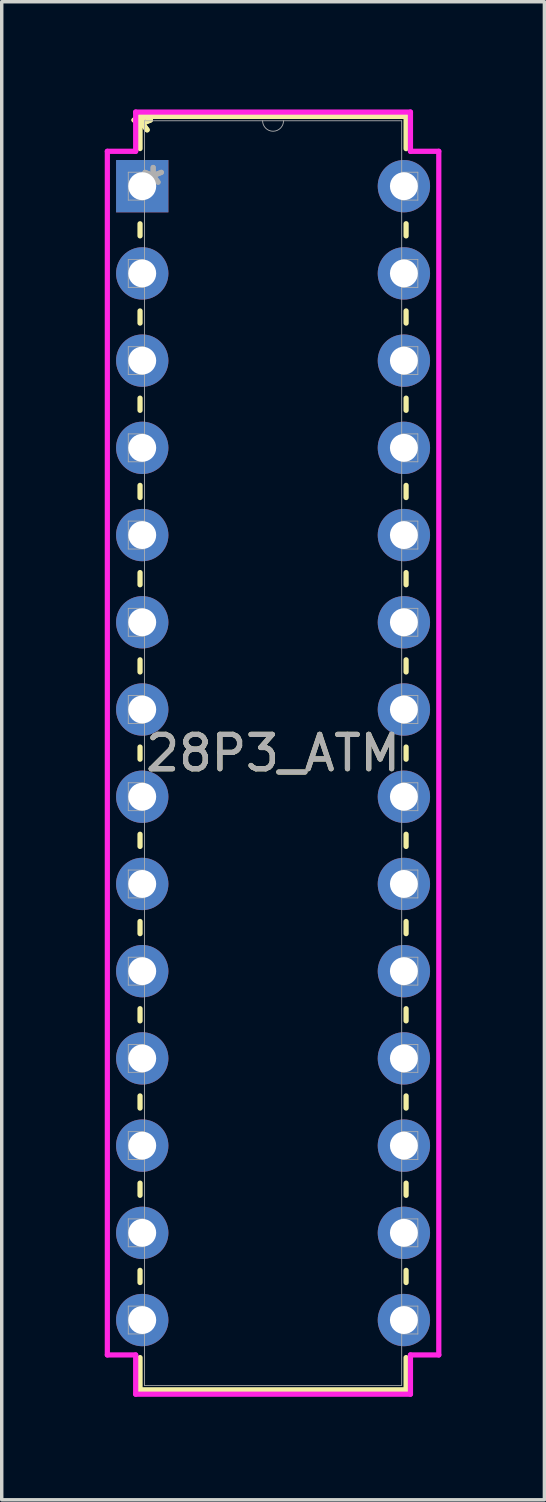
<source format=kicad_pcb>
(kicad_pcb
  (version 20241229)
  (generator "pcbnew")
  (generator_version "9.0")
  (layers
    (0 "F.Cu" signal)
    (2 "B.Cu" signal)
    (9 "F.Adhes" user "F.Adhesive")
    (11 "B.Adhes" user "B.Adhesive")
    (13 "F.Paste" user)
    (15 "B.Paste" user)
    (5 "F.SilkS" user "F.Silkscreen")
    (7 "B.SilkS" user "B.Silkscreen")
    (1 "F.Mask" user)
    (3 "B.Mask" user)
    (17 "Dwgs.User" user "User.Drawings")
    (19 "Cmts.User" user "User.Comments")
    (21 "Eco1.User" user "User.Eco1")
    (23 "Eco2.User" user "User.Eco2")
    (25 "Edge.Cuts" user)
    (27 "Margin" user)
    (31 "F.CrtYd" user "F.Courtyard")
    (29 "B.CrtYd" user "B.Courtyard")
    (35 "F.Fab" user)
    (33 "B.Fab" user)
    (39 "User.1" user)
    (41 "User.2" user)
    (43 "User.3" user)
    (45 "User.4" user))
  (footprint "28P3_ATM"
    (layer "F.Cu")
    (at 1.092 2.372)
    (property "Reference" "28P3_ATM" (at 3.81 16.51 0) (unlocked yes) (layer "F.SilkS") (effects (font (size 1 1) (thickness 0.15))))
    (attr through_hole)
    (fp_line (start -0.064 -2.032) (end -0.064 -1.095) (stroke (width 0.152) (type solid)) (layer "F.SilkS"))
    (fp_line (start -0.064 1.095) (end -0.064 1.447) (stroke (width 0.152) (type solid)) (layer "F.SilkS"))
    (fp_line (start -0.064 3.633) (end -0.064 3.987) (stroke (width 0.152) (type solid)) (layer "F.SilkS"))
    (fp_line (start -0.064 6.173) (end -0.064 6.527) (stroke (width 0.152) (type solid)) (layer "F.SilkS"))
    (fp_line (start -0.064 8.713) (end -0.064 9.067) (stroke (width 0.152) (type solid)) (layer "F.SilkS"))
    (fp_line (start -0.064 11.253) (end -0.064 11.607) (stroke (width 0.152) (type solid)) (layer "F.SilkS"))
    (fp_line (start -0.064 13.793) (end -0.064 14.147) (stroke (width 0.152) (type solid)) (layer "F.SilkS"))
    (fp_line (start -0.064 16.333) (end -0.064 16.687) (stroke (width 0.152) (type solid)) (layer "F.SilkS"))
    (fp_line (start -0.064 18.873) (end -0.064 19.227) (stroke (width 0.152) (type solid)) (layer "F.SilkS"))
    (fp_line (start -0.064 21.413) (end -0.064 21.767) (stroke (width 0.152) (type solid)) (layer "F.SilkS"))
    (fp_line (start -0.064 23.953) (end -0.064 24.307) (stroke (width 0.152) (type solid)) (layer "F.SilkS"))
    (fp_line (start -0.064 26.493) (end -0.064 26.847) (stroke (width 0.152) (type solid)) (layer "F.SilkS"))
    (fp_line (start -0.064 29.033) (end -0.064 29.387) (stroke (width 0.152) (type solid)) (layer "F.SilkS"))
    (fp_line (start -0.064 31.573) (end -0.064 31.927) (stroke (width 0.152) (type solid)) (layer "F.SilkS"))
    (fp_line (start -0.064 34.113) (end -0.064 35.052) (stroke (width 0.152) (type solid)) (layer "F.SilkS"))
    (fp_line (start -0.064 35.052) (end 7.684 35.052) (stroke (width 0.152) (type solid)) (layer "F.SilkS"))
    (fp_line (start 7.684 -2.032) (end -0.064 -2.032) (stroke (width 0.152) (type solid)) (layer "F.SilkS"))
    (fp_line (start 7.684 -1.093) (end 7.684 -2.032) (stroke (width 0.152) (type solid)) (layer "F.SilkS"))
    (fp_line (start 7.684 1.447) (end 7.684 1.093) (stroke (width 0.152) (type solid)) (layer "F.SilkS"))
    (fp_line (start 7.684 3.987) (end 7.684 3.633) (stroke (width 0.152) (type solid)) (layer "F.SilkS"))
    (fp_line (start 7.684 6.527) (end 7.684 6.173) (stroke (width 0.152) (type solid)) (layer "F.SilkS"))
    (fp_line (start 7.684 9.067) (end 7.684 8.713) (stroke (width 0.152) (type solid)) (layer "F.SilkS"))
    (fp_line (start 7.684 11.607) (end 7.684 11.253) (stroke (width 0.152) (type solid)) (layer "F.SilkS"))
    (fp_line (start 7.684 14.147) (end 7.684 13.793) (stroke (width 0.152) (type solid)) (layer "F.SilkS"))
    (fp_line (start 7.684 16.687) (end 7.684 16.333) (stroke (width 0.152) (type solid)) (layer "F.SilkS"))
    (fp_line (start 7.684 19.227) (end 7.684 18.873) (stroke (width 0.152) (type solid)) (layer "F.SilkS"))
    (fp_line (start 7.684 21.767) (end 7.684 21.413) (stroke (width 0.152) (type solid)) (layer "F.SilkS"))
    (fp_line (start 7.684 24.307) (end 7.684 23.953) (stroke (width 0.152) (type solid)) (layer "F.SilkS"))
    (fp_line (start 7.684 26.847) (end 7.684 26.493) (stroke (width 0.152) (type solid)) (layer "F.SilkS"))
    (fp_line (start 7.684 29.387) (end 7.684 29.033) (stroke (width 0.152) (type solid)) (layer "F.SilkS"))
    (fp_line (start 7.684 31.927) (end 7.684 31.573) (stroke (width 0.152) (type solid)) (layer "F.SilkS"))
    (fp_line (start 7.684 35.052) (end 7.684 34.113) (stroke (width 0.152) (type solid)) (layer "F.SilkS"))
    (fp_line (start -1.016 -1.016) (end -0.191 -1.016) (stroke (width 0.152) (type solid)) (layer "F.CrtYd"))
    (fp_line (start -1.016 34.036) (end -1.016 -1.016) (stroke (width 0.152) (type solid)) (layer "F.CrtYd"))
    (fp_line (start -0.191 -2.159) (end 7.811 -2.159) (stroke (width 0.152) (type solid)) (layer "F.CrtYd"))
    (fp_line (start -0.191 -1.016) (end -0.191 -2.159) (stroke (width 0.152) (type solid)) (layer "F.CrtYd"))
    (fp_line (start -0.191 34.036) (end -1.016 34.036) (stroke (width 0.152) (type solid)) (layer "F.CrtYd"))
    (fp_line (start -0.191 35.179) (end -0.191 34.036) (stroke (width 0.152) (type solid)) (layer "F.CrtYd"))
    (fp_line (start 7.811 -2.159) (end 7.811 -1.016) (stroke (width 0.152) (type solid)) (layer "F.CrtYd"))
    (fp_line (start 7.811 34.036) (end 7.811 35.179) (stroke (width 0.152) (type solid)) (layer "F.CrtYd"))
    (fp_line (start 7.811 35.179) (end -0.191 35.179) (stroke (width 0.152) (type solid)) (layer "F.CrtYd"))
    (fp_line (start 8.636 -1.016) (end 7.811 -1.016) (stroke (width 0.152) (type solid)) (layer "F.CrtYd"))
    (fp_line (start 8.636 -1.016) (end 8.636 34.036) (stroke (width 0.152) (type solid)) (layer "F.CrtYd"))
    (fp_line (start 8.636 34.036) (end 7.811 34.036) (stroke (width 0.152) (type solid)) (layer "F.CrtYd"))
    (fp_line (start -0.406 -0.406) (end -0.406 0.406) (stroke (width 0.025) (type solid)) (layer "F.Fab"))
    (fp_line (start -0.406 0.406) (end 0.064 0.406) (stroke (width 0.025) (type solid)) (layer "F.Fab"))
    (fp_line (start -0.406 2.134) (end -0.406 2.946) (stroke (width 0.025) (type solid)) (layer "F.Fab"))
    (fp_line (start -0.406 2.946) (end 0.064 2.946) (stroke (width 0.025) (type solid)) (layer "F.Fab"))
    (fp_line (start -0.406 4.674) (end -0.406 5.486) (stroke (width 0.025) (type solid)) (layer "F.Fab"))
    (fp_line (start -0.406 5.486) (end 0.064 5.486) (stroke (width 0.025) (type solid)) (layer "F.Fab"))
    (fp_line (start -0.406 7.214) (end -0.406 8.026) (stroke (width 0.025) (type solid)) (layer "F.Fab"))
    (fp_line (start -0.406 8.026) (end 0.064 8.026) (stroke (width 0.025) (type solid)) (layer "F.Fab"))
    (fp_line (start -0.406 9.754) (end -0.406 10.566) (stroke (width 0.025) (type solid)) (layer "F.Fab"))
    (fp_line (start -0.406 10.566) (end 0.064 10.566) (stroke (width 0.025) (type solid)) (layer "F.Fab"))
    (fp_line (start -0.406 12.294) (end -0.406 13.106) (stroke (width 0.025) (type solid)) (layer "F.Fab"))
    (fp_line (start -0.406 13.106) (end 0.064 13.106) (stroke (width 0.025) (type solid)) (layer "F.Fab"))
    (fp_line (start -0.406 14.834) (end -0.406 15.646) (stroke (width 0.025) (type solid)) (layer "F.Fab"))
    (fp_line (start -0.406 15.646) (end 0.064 15.646) (stroke (width 0.025) (type solid)) (layer "F.Fab"))
    (fp_line (start -0.406 17.374) (end -0.406 18.186) (stroke (width 0.025) (type solid)) (layer "F.Fab"))
    (fp_line (start -0.406 18.186) (end 0.064 18.186) (stroke (width 0.025) (type solid)) (layer "F.Fab"))
    (fp_line (start -0.406 19.914) (end -0.406 20.726) (stroke (width 0.025) (type solid)) (layer "F.Fab"))
    (fp_line (start -0.406 20.726) (end 0.064 20.726) (stroke (width 0.025) (type solid)) (layer "F.Fab"))
    (fp_line (start -0.406 22.454) (end -0.406 23.266) (stroke (width 0.025) (type solid)) (layer "F.Fab"))
    (fp_line (start -0.406 23.266) (end 0.064 23.266) (stroke (width 0.025) (type solid)) (layer "F.Fab"))
    (fp_line (start -0.406 24.994) (end -0.406 25.806) (stroke (width 0.025) (type solid)) (layer "F.Fab"))
    (fp_line (start -0.406 25.806) (end 0.064 25.806) (stroke (width 0.025) (type solid)) (layer "F.Fab"))
    (fp_line (start -0.406 27.534) (end -0.406 28.346) (stroke (width 0.025) (type solid)) (layer "F.Fab"))
    (fp_line (start -0.406 28.346) (end 0.064 28.346) (stroke (width 0.025) (type solid)) (layer "F.Fab"))
    (fp_line (start -0.406 30.074) (end -0.406 30.886) (stroke (width 0.025) (type solid)) (layer "F.Fab"))
    (fp_line (start -0.406 30.886) (end 0.064 30.886) (stroke (width 0.025) (type solid)) (layer "F.Fab"))
    (fp_line (start -0.406 32.614) (end -0.406 33.426) (stroke (width 0.025) (type solid)) (layer "F.Fab"))
    (fp_line (start -0.406 33.426) (end 0.064 33.426) (stroke (width 0.025) (type solid)) (layer "F.Fab"))
    (fp_line (start 0.064 -1.905) (end 0.064 34.925) (stroke (width 0.025) (type solid)) (layer "F.Fab"))
    (fp_line (start 0.064 -0.406) (end -0.406 -0.406) (stroke (width 0.025) (type solid)) (layer "F.Fab"))
    (fp_line (start 0.064 0.406) (end 0.064 -0.406) (stroke (width 0.025) (type solid)) (layer "F.Fab"))
    (fp_line (start 0.064 2.134) (end -0.406 2.134) (stroke (width 0.025) (type solid)) (layer "F.Fab"))
    (fp_line (start 0.064 2.946) (end 0.064 2.134) (stroke (width 0.025) (type solid)) (layer "F.Fab"))
    (fp_line (start 0.064 4.674) (end -0.406 4.674) (stroke (width 0.025) (type solid)) (layer "F.Fab"))
    (fp_line (start 0.064 5.486) (end 0.064 4.674) (stroke (width 0.025) (type solid)) (layer "F.Fab"))
    (fp_line (start 0.064 7.214) (end -0.406 7.214) (stroke (width 0.025) (type solid)) (layer "F.Fab"))
    (fp_line (start 0.064 8.026) (end 0.064 7.214) (stroke (width 0.025) (type solid)) (layer "F.Fab"))
    (fp_line (start 0.064 9.754) (end -0.406 9.754) (stroke (width 0.025) (type solid)) (layer "F.Fab"))
    (fp_line (start 0.064 10.566) (end 0.064 9.754) (stroke (width 0.025) (type solid)) (layer "F.Fab"))
    (fp_line (start 0.064 12.294) (end -0.406 12.294) (stroke (width 0.025) (type solid)) (layer "F.Fab"))
    (fp_line (start 0.064 13.106) (end 0.064 12.294) (stroke (width 0.025) (type solid)) (layer "F.Fab"))
    (fp_line (start 0.064 14.834) (end -0.406 14.834) (stroke (width 0.025) (type solid)) (layer "F.Fab"))
    (fp_line (start 0.064 15.646) (end 0.064 14.834) (stroke (width 0.025) (type solid)) (layer "F.Fab"))
    (fp_line (start 0.064 17.374) (end -0.406 17.374) (stroke (width 0.025) (type solid)) (layer "F.Fab"))
    (fp_line (start 0.064 18.186) (end 0.064 17.374) (stroke (width 0.025) (type solid)) (layer "F.Fab"))
    (fp_line (start 0.064 19.914) (end -0.406 19.914) (stroke (width 0.025) (type solid)) (layer "F.Fab"))
    (fp_line (start 0.064 20.726) (end 0.064 19.914) (stroke (width 0.025) (type solid)) (layer "F.Fab"))
    (fp_line (start 0.064 22.454) (end -0.406 22.454) (stroke (width 0.025) (type solid)) (layer "F.Fab"))
    (fp_line (start 0.064 23.266) (end 0.064 22.454) (stroke (width 0.025) (type solid)) (layer "F.Fab"))
    (fp_line (start 0.064 24.994) (end -0.406 24.994) (stroke (width 0.025) (type solid)) (layer "F.Fab"))
    (fp_line (start 0.064 25.806) (end 0.064 24.994) (stroke (width 0.025) (type solid)) (layer "F.Fab"))
    (fp_line (start 0.064 27.534) (end -0.406 27.534) (stroke (width 0.025) (type solid)) (layer "F.Fab"))
    (fp_line (start 0.064 28.346) (end 0.064 27.534) (stroke (width 0.025) (type solid)) (layer "F.Fab"))
    (fp_line (start 0.064 30.074) (end -0.406 30.074) (stroke (width 0.025) (type solid)) (layer "F.Fab"))
    (fp_line (start 0.064 30.886) (end 0.064 30.074) (stroke (width 0.025) (type solid)) (layer "F.Fab"))
    (fp_line (start 0.064 32.614) (end -0.406 32.614) (stroke (width 0.025) (type solid)) (layer "F.Fab"))
    (fp_line (start 0.064 33.426) (end 0.064 32.614) (stroke (width 0.025) (type solid)) (layer "F.Fab"))
    (fp_line (start 0.064 34.925) (end 7.556 34.925) (stroke (width 0.025) (type solid)) (layer "F.Fab"))
    (fp_line (start 7.556 -1.905) (end 0.064 -1.905) (stroke (width 0.025) (type solid)) (layer "F.Fab"))
    (fp_line (start 7.556 -0.406) (end 7.556 0.406) (stroke (width 0.025) (type solid)) (layer "F.Fab"))
    (fp_line (start 7.556 0.406) (end 8.026 0.406) (stroke (width 0.025) (type solid)) (layer "F.Fab"))
    (fp_line (start 7.556 2.134) (end 7.556 2.946) (stroke (width 0.025) (type solid)) (layer "F.Fab"))
    (fp_line (start 7.556 2.946) (end 8.026 2.946) (stroke (width 0.025) (type solid)) (layer "F.Fab"))
    (fp_line (start 7.556 4.674) (end 7.556 5.486) (stroke (width 0.025) (type solid)) (layer "F.Fab"))
    (fp_line (start 7.556 5.486) (end 8.026 5.486) (stroke (width 0.025) (type solid)) (layer "F.Fab"))
    (fp_line (start 7.556 7.214) (end 7.556 8.026) (stroke (width 0.025) (type solid)) (layer "F.Fab"))
    (fp_line (start 7.556 8.026) (end 8.026 8.026) (stroke (width 0.025) (type solid)) (layer "F.Fab"))
    (fp_line (start 7.556 9.754) (end 7.556 10.566) (stroke (width 0.025) (type solid)) (layer "F.Fab"))
    (fp_line (start 7.556 10.566) (end 8.026 10.566) (stroke (width 0.025) (type solid)) (layer "F.Fab"))
    (fp_line (start 7.556 12.294) (end 7.556 13.106) (stroke (width 0.025) (type solid)) (layer "F.Fab"))
    (fp_line (start 7.556 13.106) (end 8.026 13.106) (stroke (width 0.025) (type solid)) (layer "F.Fab"))
    (fp_line (start 7.556 14.834) (end 7.556 15.646) (stroke (width 0.025) (type solid)) (layer "F.Fab"))
    (fp_line (start 7.556 15.646) (end 8.026 15.646) (stroke (width 0.025) (type solid)) (layer "F.Fab"))
    (fp_line (start 7.556 17.374) (end 7.556 18.186) (stroke (width 0.025) (type solid)) (layer "F.Fab"))
    (fp_line (start 7.556 18.186) (end 8.026 18.186) (stroke (width 0.025) (type solid)) (layer "F.Fab"))
    (fp_line (start 7.556 19.914) (end 7.556 20.726) (stroke (width 0.025) (type solid)) (layer "F.Fab"))
    (fp_line (start 7.556 20.726) (end 8.026 20.726) (stroke (width 0.025) (type solid)) (layer "F.Fab"))
    (fp_line (start 7.556 22.454) (end 7.556 23.266) (stroke (width 0.025) (type solid)) (layer "F.Fab"))
    (fp_line (start 7.556 23.266) (end 8.026 23.266) (stroke (width 0.025) (type solid)) (layer "F.Fab"))
    (fp_line (start 7.556 24.994) (end 7.556 25.806) (stroke (width 0.025) (type solid)) (layer "F.Fab"))
    (fp_line (start 7.556 25.806) (end 8.026 25.806) (stroke (width 0.025) (type solid)) (layer "F.Fab"))
    (fp_line (start 7.556 27.534) (end 7.556 28.346) (stroke (width 0.025) (type solid)) (layer "F.Fab"))
    (fp_line (start 7.556 28.346) (end 8.026 28.346) (stroke (width 0.025) (type solid)) (layer "F.Fab"))
    (fp_line (start 7.556 30.074) (end 7.556 30.886) (stroke (width 0.025) (type solid)) (layer "F.Fab"))
    (fp_line (start 7.556 30.886) (end 8.026 30.886) (stroke (width 0.025) (type solid)) (layer "F.Fab"))
    (fp_line (start 7.556 32.614) (end 7.556 33.426) (stroke (width 0.025) (type solid)) (layer "F.Fab"))
    (fp_line (start 7.556 33.426) (end 8.026 33.426) (stroke (width 0.025) (type solid)) (layer "F.Fab"))
    (fp_line (start 7.556 34.925) (end 7.556 -1.905) (stroke (width 0.025) (type solid)) (layer "F.Fab"))
    (fp_line (start 8.026 -0.406) (end 7.556 -0.406) (stroke (width 0.025) (type solid)) (layer "F.Fab"))
    (fp_line (start 8.026 0.406) (end 8.026 -0.406) (stroke (width 0.025) (type solid)) (layer "F.Fab"))
    (fp_line (start 8.026 2.134) (end 7.556 2.134) (stroke (width 0.025) (type solid)) (layer "F.Fab"))
    (fp_line (start 8.026 2.946) (end 8.026 2.134) (stroke (width 0.025) (type solid)) (layer "F.Fab"))
    (fp_line (start 8.026 4.674) (end 7.556 4.674) (stroke (width 0.025) (type solid)) (layer "F.Fab"))
    (fp_line (start 8.026 5.486) (end 8.026 4.674) (stroke (width 0.025) (type solid)) (layer "F.Fab"))
    (fp_line (start 8.026 7.214) (end 7.556 7.214) (stroke (width 0.025) (type solid)) (layer "F.Fab"))
    (fp_line (start 8.026 8.026) (end 8.026 7.214) (stroke (width 0.025) (type solid)) (layer "F.Fab"))
    (fp_line (start 8.026 9.754) (end 7.556 9.754) (stroke (width 0.025) (type solid)) (layer "F.Fab"))
    (fp_line (start 8.026 10.566) (end 8.026 9.754) (stroke (width 0.025) (type solid)) (layer "F.Fab"))
    (fp_line (start 8.026 12.294) (end 7.556 12.294) (stroke (width 0.025) (type solid)) (layer "F.Fab"))
    (fp_line (start 8.026 13.106) (end 8.026 12.294) (stroke (width 0.025) (type solid)) (layer "F.Fab"))
    (fp_line (start 8.026 14.834) (end 7.556 14.834) (stroke (width 0.025) (type solid)) (layer "F.Fab"))
    (fp_line (start 8.026 15.646) (end 8.026 14.834) (stroke (width 0.025) (type solid)) (layer "F.Fab"))
    (fp_line (start 8.026 17.374) (end 7.556 17.374) (stroke (width 0.025) (type solid)) (layer "F.Fab"))
    (fp_line (start 8.026 18.186) (end 8.026 17.374) (stroke (width 0.025) (type solid)) (layer "F.Fab"))
    (fp_line (start 8.026 19.914) (end 7.556 19.914) (stroke (width 0.025) (type solid)) (layer "F.Fab"))
    (fp_line (start 8.026 20.726) (end 8.026 19.914) (stroke (width 0.025) (type solid)) (layer "F.Fab"))
    (fp_line (start 8.026 22.454) (end 7.556 22.454) (stroke (width 0.025) (type solid)) (layer "F.Fab"))
    (fp_line (start 8.026 23.266) (end 8.026 22.454) (stroke (width 0.025) (type solid)) (layer "F.Fab"))
    (fp_line (start 8.026 24.994) (end 7.556 24.994) (stroke (width 0.025) (type solid)) (layer "F.Fab"))
    (fp_line (start 8.026 25.806) (end 8.026 24.994) (stroke (width 0.025) (type solid)) (layer "F.Fab"))
    (fp_line (start 8.026 27.534) (end 7.556 27.534) (stroke (width 0.025) (type solid)) (layer "F.Fab"))
    (fp_line (start 8.026 28.346) (end 8.026 27.534) (stroke (width 0.025) (type solid)) (layer "F.Fab"))
    (fp_line (start 8.026 30.074) (end 7.556 30.074) (stroke (width 0.025) (type solid)) (layer "F.Fab"))
    (fp_line (start 8.026 30.886) (end 8.026 30.074) (stroke (width 0.025) (type solid)) (layer "F.Fab"))
    (fp_line (start 8.026 32.614) (end 7.556 32.614) (stroke (width 0.025) (type solid)) (layer "F.Fab"))
    (fp_line (start 8.026 33.426) (end 8.026 32.614) (stroke (width 0.025) (type solid)) (layer "F.Fab"))
    (fp_arc (start 4.1148 -1.905) (mid 3.81 -1.6002) (end 3.5052 -1.905) (stroke (width 0.0254) (type solid)) (layer "F.Fab"))
    (fp_text user "*" (at 0 -1.524 0) (unlocked yes) (layer "F.SilkS") (effects (font (size 1 1) (thickness 0.15))))
    (fp_text user "*" (at 0 -1.524 0) (layer "F.SilkS") (effects (font (size 1 1) (thickness 0.15))))
    (fp_text user "*" (at 0.318 0 0) (layer "F.Fab") (effects (font (size 1 1) (thickness 0.15))))
    (fp_text user "${REFERENCE}" (at 3.81 16.51 0) (unlocked yes) (layer "F.Fab") (effects (font (size 1 1) (thickness 0.15))))
    (fp_text user "*" (at 0.318 0 0) (unlocked yes) (layer "F.Fab") (effects (font (size 1 1) (thickness 0.15))))
    (pad "1" thru_hole rect (at 0 0) (size 1.524 1.524) (drill 0.813) (layers "*.Cu" "*.Mask"))
    (pad "2" thru_hole circle (at 0 2.54) (size 1.524 1.524) (drill 0.813) (layers "*.Cu" "*.Mask"))
    (pad "3" thru_hole circle (at 0 5.08) (size 1.524 1.524) (drill 0.813) (layers "*.Cu" "*.Mask"))
    (pad "4" thru_hole circle (at 0 7.62) (size 1.524 1.524) (drill 0.813) (layers "*.Cu" "*.Mask"))
    (pad "5" thru_hole circle (at 0 10.16) (size 1.524 1.524) (drill 0.813) (layers "*.Cu" "*.Mask"))
    (pad "6" thru_hole circle (at 0 12.7) (size 1.524 1.524) (drill 0.813) (layers "*.Cu" "*.Mask"))
    (pad "7" thru_hole circle (at 0 15.24) (size 1.524 1.524) (drill 0.813) (layers "*.Cu" "*.Mask"))
    (pad "8" thru_hole circle (at 0 17.78) (size 1.524 1.524) (drill 0.813) (layers "*.Cu" "*.Mask"))
    (pad "9" thru_hole circle (at 0 20.32) (size 1.524 1.524) (drill 0.813) (layers "*.Cu" "*.Mask"))
    (pad "10" thru_hole circle (at 0 22.86) (size 1.524 1.524) (drill 0.813) (layers "*.Cu" "*.Mask"))
    (pad "11" thru_hole circle (at 0 25.4) (size 1.524 1.524) (drill 0.813) (layers "*.Cu" "*.Mask"))
    (pad "12" thru_hole circle (at 0 27.94) (size 1.524 1.524) (drill 0.813) (layers "*.Cu" "*.Mask"))
    (pad "13" thru_hole circle (at 0 30.48) (size 1.524 1.524) (drill 0.813) (layers "*.Cu" "*.Mask"))
    (pad "14" thru_hole circle (at 0 33.02) (size 1.524 1.524) (drill 0.813) (layers "*.Cu" "*.Mask"))
    (pad "15" thru_hole circle (at 7.62 33.02) (size 1.524 1.524) (drill 0.813) (layers "*.Cu" "*.Mask"))
    (pad "16" thru_hole circle (at 7.62 30.48) (size 1.524 1.524) (drill 0.813) (layers "*.Cu" "*.Mask"))
    (pad "17" thru_hole circle (at 7.62 27.94) (size 1.524 1.524) (drill 0.813) (layers "*.Cu" "*.Mask"))
    (pad "18" thru_hole circle (at 7.62 25.4) (size 1.524 1.524) (drill 0.813) (layers "*.Cu" "*.Mask"))
    (pad "19" thru_hole circle (at 7.62 22.86) (size 1.524 1.524) (drill 0.813) (layers "*.Cu" "*.Mask"))
    (pad "20" thru_hole circle (at 7.62 20.32) (size 1.524 1.524) (drill 0.813) (layers "*.Cu" "*.Mask"))
    (pad "21" thru_hole circle (at 7.62 17.78) (size 1.524 1.524) (drill 0.813) (layers "*.Cu" "*.Mask"))
    (pad "22" thru_hole circle (at 7.62 15.24) (size 1.524 1.524) (drill 0.813) (layers "*.Cu" "*.Mask"))
    (pad "23" thru_hole circle (at 7.62 12.7) (size 1.524 1.524) (drill 0.813) (layers "*.Cu" "*.Mask"))
    (pad "24" thru_hole circle (at 7.62 10.16) (size 1.524 1.524) (drill 0.813) (layers "*.Cu" "*.Mask"))
    (pad "25" thru_hole circle (at 7.62 7.62) (size 1.524 1.524) (drill 0.813) (layers "*.Cu" "*.Mask"))
    (pad "26" thru_hole circle (at 7.62 5.08) (size 1.524 1.524) (drill 0.813) (layers "*.Cu" "*.Mask"))
    (pad "27" thru_hole circle (at 7.62 2.54) (size 1.524 1.524) (drill 0.813) (layers "*.Cu" "*.Mask"))
    (pad "28" thru_hole circle (at 7.62 0) (size 1.524 1.524) (drill 0.813) (layers "*.Cu" "*.Mask")))
  (gr_rect
    (start -3 -3)
    (end 12.804 40.627)
    (stroke (width 0.1) (type default))
    (fill no)
    (layer "Edge.Cuts")))
</source>
